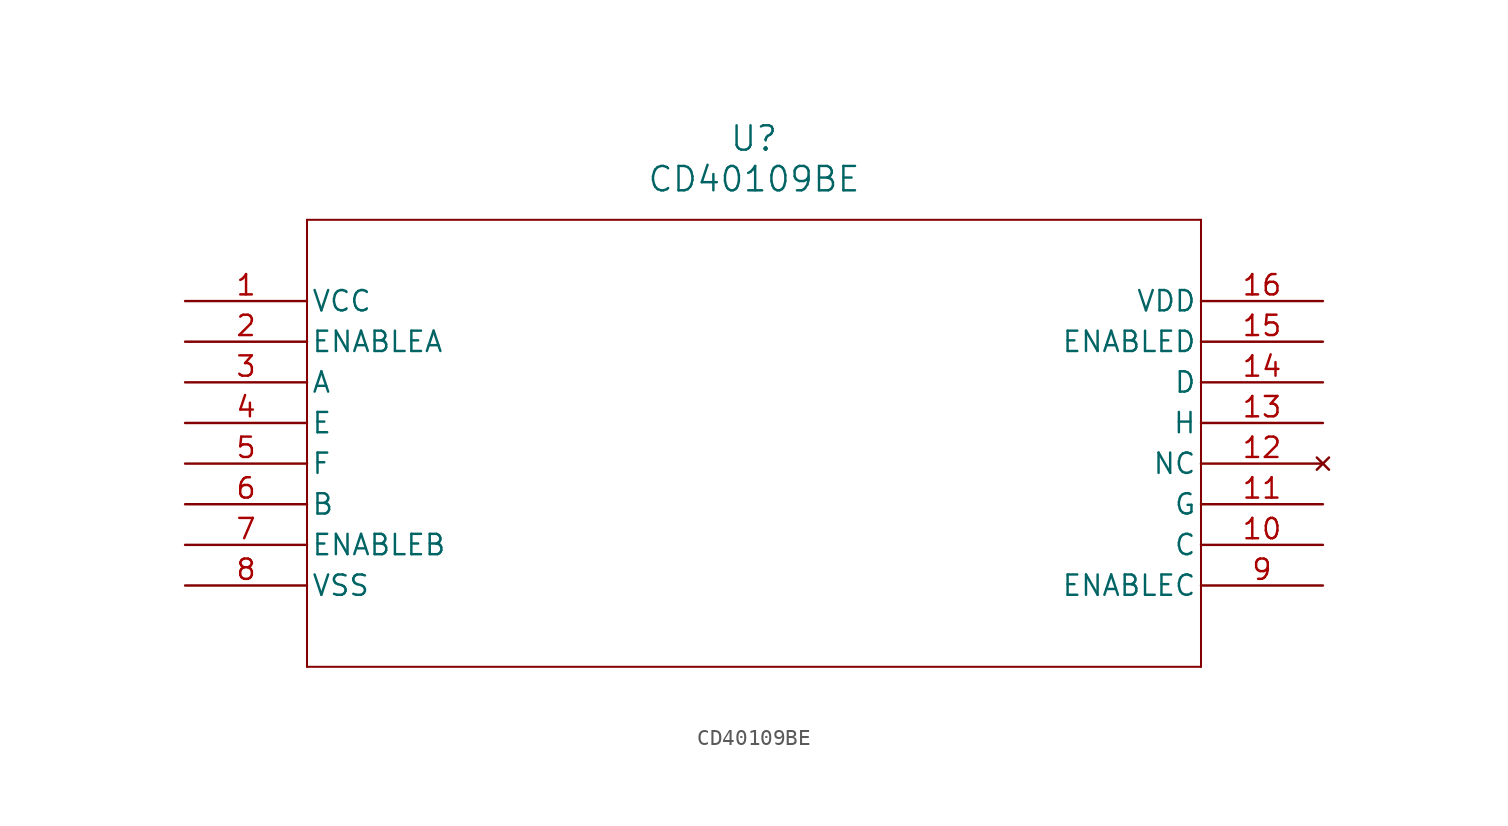
<source format=kicad_sym>
(kicad_symbol_lib
  (version 20211014)
  (generator kicad_symbol_editor)
  (symbol "CD40109BE"
    (pin_names
      (offset 0.254))
    (property "Reference" "U"
      (at 35.56 10.16 0)
      (effects (font (size 1.524 1.524))))
    (property "Value" "CD40109BE"
      (at 35.56 7.62 0)
      (effects (font (size 1.524 1.524))))
    (symbol "CD40109BE_0_1"
      (polyline (pts (xy 7.62 5.08) (xy 7.62 -22.86)) (stroke (width 0.127) (type default) (color 0 0 0 0)) (fill (type none)))
      (polyline (pts (xy 7.62 -22.86) (xy 63.5 -22.86)) (stroke (width 0.127) (type default) (color 0 0 0 0)) (fill (type none)))
      (polyline (pts (xy 63.5 -22.86) (xy 63.5 5.08)) (stroke (width 0.127) (type default) (color 0 0 0 0)) (fill (type none)))
      (polyline (pts (xy 63.5 5.08) (xy 7.62 5.08)) (stroke (width 0.127) (type default) (color 0 0 0 0)) (fill (type none)))
      (pin power_in line (at 0 0 0) (length 7.62) (name "VCC" (effects (font (size 1.27 1.27)))) (number "1" (effects (font (size 1.27 1.27)))))
      (pin input line (at 0 -2.54 0) (length 7.62) (name "ENABLEA" (effects (font (size 1.27 1.27)))) (number "2" (effects (font (size 1.27 1.27)))))
      (pin input line (at 0 -5.08 0) (length 7.62) (name "A" (effects (font (size 1.27 1.27)))) (number "3" (effects (font (size 1.27 1.27)))))
      (pin output line (at 0 -7.62 0) (length 7.62) (name "E" (effects (font (size 1.27 1.27)))) (number "4" (effects (font (size 1.27 1.27)))))
      (pin output line (at 0 -10.16 0) (length 7.62) (name "F" (effects (font (size 1.27 1.27)))) (number "5" (effects (font (size 1.27 1.27)))))
      (pin input line (at 0 -12.7 0) (length 7.62) (name "B" (effects (font (size 1.27 1.27)))) (number "6" (effects (font (size 1.27 1.27)))))
      (pin input line (at 0 -15.24 0) (length 7.62) (name "ENABLEB" (effects (font (size 1.27 1.27)))) (number "7" (effects (font (size 1.27 1.27)))))
      (pin power_in line (at 0 -17.78 0) (length 7.62) (name "VSS" (effects (font (size 1.27 1.27)))) (number "8" (effects (font (size 1.27 1.27)))))
      (pin input line (at 71.12 -17.78 180) (length 7.62) (name "ENABLEC" (effects (font (size 1.27 1.27)))) (number "9" (effects (font (size 1.27 1.27)))))
      (pin input line (at 71.12 -15.24 180) (length 7.62) (name "C" (effects (font (size 1.27 1.27)))) (number "10" (effects (font (size 1.27 1.27)))))
      (pin output line (at 71.12 -12.7 180) (length 7.62) (name "G" (effects (font (size 1.27 1.27)))) (number "11" (effects (font (size 1.27 1.27)))))
      (pin no_connect line (at 71.12 -10.16 180) (length 7.62) (name "NC" (effects (font (size 1.27 1.27)))) (number "12" (effects (font (size 1.27 1.27)))))
      (pin output line (at 71.12 -7.62 180) (length 7.62) (name "H" (effects (font (size 1.27 1.27)))) (number "13" (effects (font (size 1.27 1.27)))))
      (pin input line (at 71.12 -5.08 180) (length 7.62) (name "D" (effects (font (size 1.27 1.27)))) (number "14" (effects (font (size 1.27 1.27)))))
      (pin input line (at 71.12 -2.54 180) (length 7.62) (name "ENABLED" (effects (font (size 1.27 1.27)))) (number "15" (effects (font (size 1.27 1.27)))))
      (pin power_in line (at 71.12 0 180) (length 7.62) (name "VDD" (effects (font (size 1.27 1.27)))) (number "16" (effects (font (size 1.27 1.27))))))))
</source>
